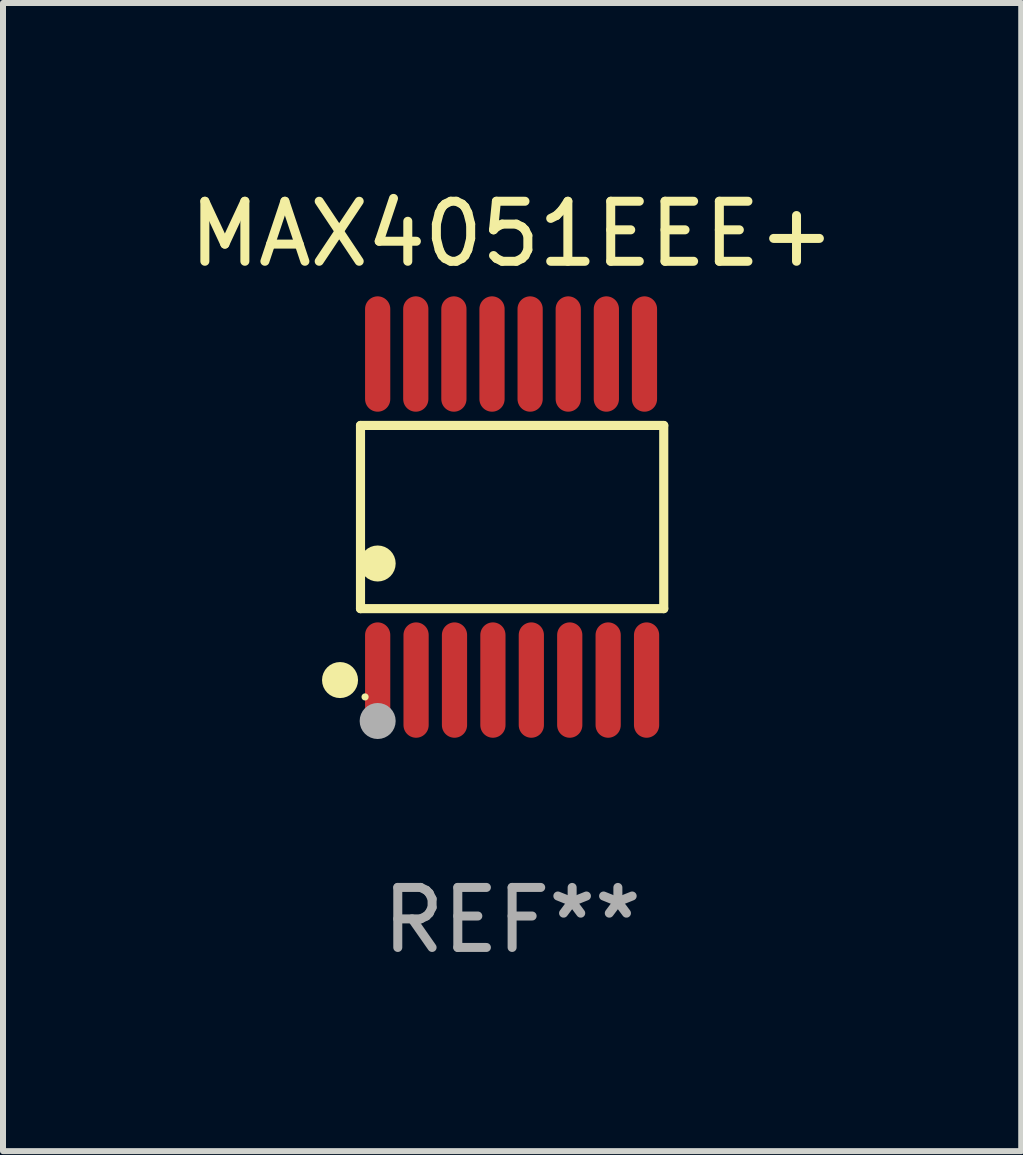
<source format=kicad_pcb>
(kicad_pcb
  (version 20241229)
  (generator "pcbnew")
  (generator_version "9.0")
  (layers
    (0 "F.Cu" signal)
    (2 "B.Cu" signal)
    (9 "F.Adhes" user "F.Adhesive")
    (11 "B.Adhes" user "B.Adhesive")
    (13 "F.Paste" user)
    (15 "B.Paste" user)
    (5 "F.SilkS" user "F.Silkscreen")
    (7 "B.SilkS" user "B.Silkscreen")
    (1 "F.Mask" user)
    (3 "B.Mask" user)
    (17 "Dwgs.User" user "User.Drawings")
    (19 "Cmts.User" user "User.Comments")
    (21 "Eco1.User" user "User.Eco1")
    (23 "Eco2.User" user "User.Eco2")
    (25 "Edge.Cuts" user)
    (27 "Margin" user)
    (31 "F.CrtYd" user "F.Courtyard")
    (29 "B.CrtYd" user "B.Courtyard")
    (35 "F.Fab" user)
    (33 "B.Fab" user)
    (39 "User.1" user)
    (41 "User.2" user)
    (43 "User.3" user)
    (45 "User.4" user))
  (footprint "MAX4051EEE+"
    (layer "F.Cu")
    (at 5.482 5.564)
    (property "Reference" "MAX4051EEE+" (at 0 -4.716 0) (layer "F.SilkS") (effects (font (size 1 1) (thickness 0.15))))
    (attr through_hole)
    (fp_line (start -2.526 -1.526) (end 2.526 -1.526) (stroke (width 0.152) (type solid)) (layer "F.SilkS"))
    (fp_line (start -2.526 1.526) (end -2.526 -1.526) (stroke (width 0.152) (type solid)) (layer "F.SilkS"))
    (fp_line (start 2.526 -1.526) (end 2.526 1.526) (stroke (width 0.152) (type solid)) (layer "F.SilkS"))
    (fp_line (start 2.526 1.526) (end -2.526 1.526) (stroke (width 0.152) (type solid)) (layer "F.SilkS"))
    (fp_circle (center -2.867 2.716) (end -2.717 2.716) (stroke (width 0.3) (type solid)) (fill no) (layer "F.SilkS"))
    (fp_circle (center -2.45 2.997) (end -2.42 2.997) (stroke (width 0.06) (type solid)) (fill no) (layer "F.SilkS"))
    (fp_circle (center -2.24 0.774) (end -2.09 0.774) (stroke (width 0.3) (type solid)) (fill no) (layer "F.SilkS"))
    (fp_circle (center -2.24 3.398) (end -2.09 3.398) (stroke (width 0.3) (type solid)) (fill no) (layer "F.Fab"))
    (fp_text user "REF**" (at 0 6.716 0) (layer "F.Fab") (effects (font (size 1 1) (thickness 0.15))))
    (pad "1" smd oval (at -2.24 2.716) (size 0.42 1.922) (layers "F.Cu" "F.Mask" "F.Paste"))
    (pad "2" smd oval (at -1.6 2.716) (size 0.42 1.922) (layers "F.Cu" "F.Mask" "F.Paste"))
    (pad "3" smd oval (at -0.96 2.716) (size 0.42 1.922) (layers "F.Cu" "F.Mask" "F.Paste"))
    (pad "4" smd oval (at -0.32 2.716) (size 0.42 1.922) (layers "F.Cu" "F.Mask" "F.Paste"))
    (pad "5" smd oval (at 0.32 2.716) (size 0.42 1.922) (layers "F.Cu" "F.Mask" "F.Paste"))
    (pad "6" smd oval (at 0.96 2.716) (size 0.42 1.922) (layers "F.Cu" "F.Mask" "F.Paste"))
    (pad "7" smd oval (at 1.6 2.716) (size 0.42 1.922) (layers "F.Cu" "F.Mask" "F.Paste"))
    (pad "8" smd oval (at 2.24 2.716) (size 0.42 1.922) (layers "F.Cu" "F.Mask" "F.Paste"))
    (pad "9" smd oval (at 2.205 -2.716) (size 0.42 1.922) (layers "F.Cu" "F.Mask" "F.Paste"))
    (pad "10" smd oval (at 1.57 -2.716) (size 0.42 1.922) (layers "F.Cu" "F.Mask" "F.Paste"))
    (pad "11" smd oval (at 0.935 -2.716) (size 0.42 1.922) (layers "F.Cu" "F.Mask" "F.Paste"))
    (pad "12" smd oval (at 0.3 -2.716) (size 0.42 1.922) (layers "F.Cu" "F.Mask" "F.Paste"))
    (pad "13" smd oval (at -0.335 -2.716) (size 0.42 1.922) (layers "F.Cu" "F.Mask" "F.Paste"))
    (pad "14" smd oval (at -0.97 -2.716) (size 0.42 1.922) (layers "F.Cu" "F.Mask" "F.Paste"))
    (pad "15" smd oval (at -1.605 -2.716) (size 0.42 1.922) (layers "F.Cu" "F.Mask" "F.Paste"))
    (pad "16" smd oval (at -2.24 -2.716) (size 0.42 1.922) (layers "F.Cu" "F.Mask" "F.Paste")))
  (gr_rect
    (start -3 -3)
    (end 13.964 16.128)
    (stroke (width 0.1) (type default))
    (fill no)
    (layer "Edge.Cuts")))
</source>
